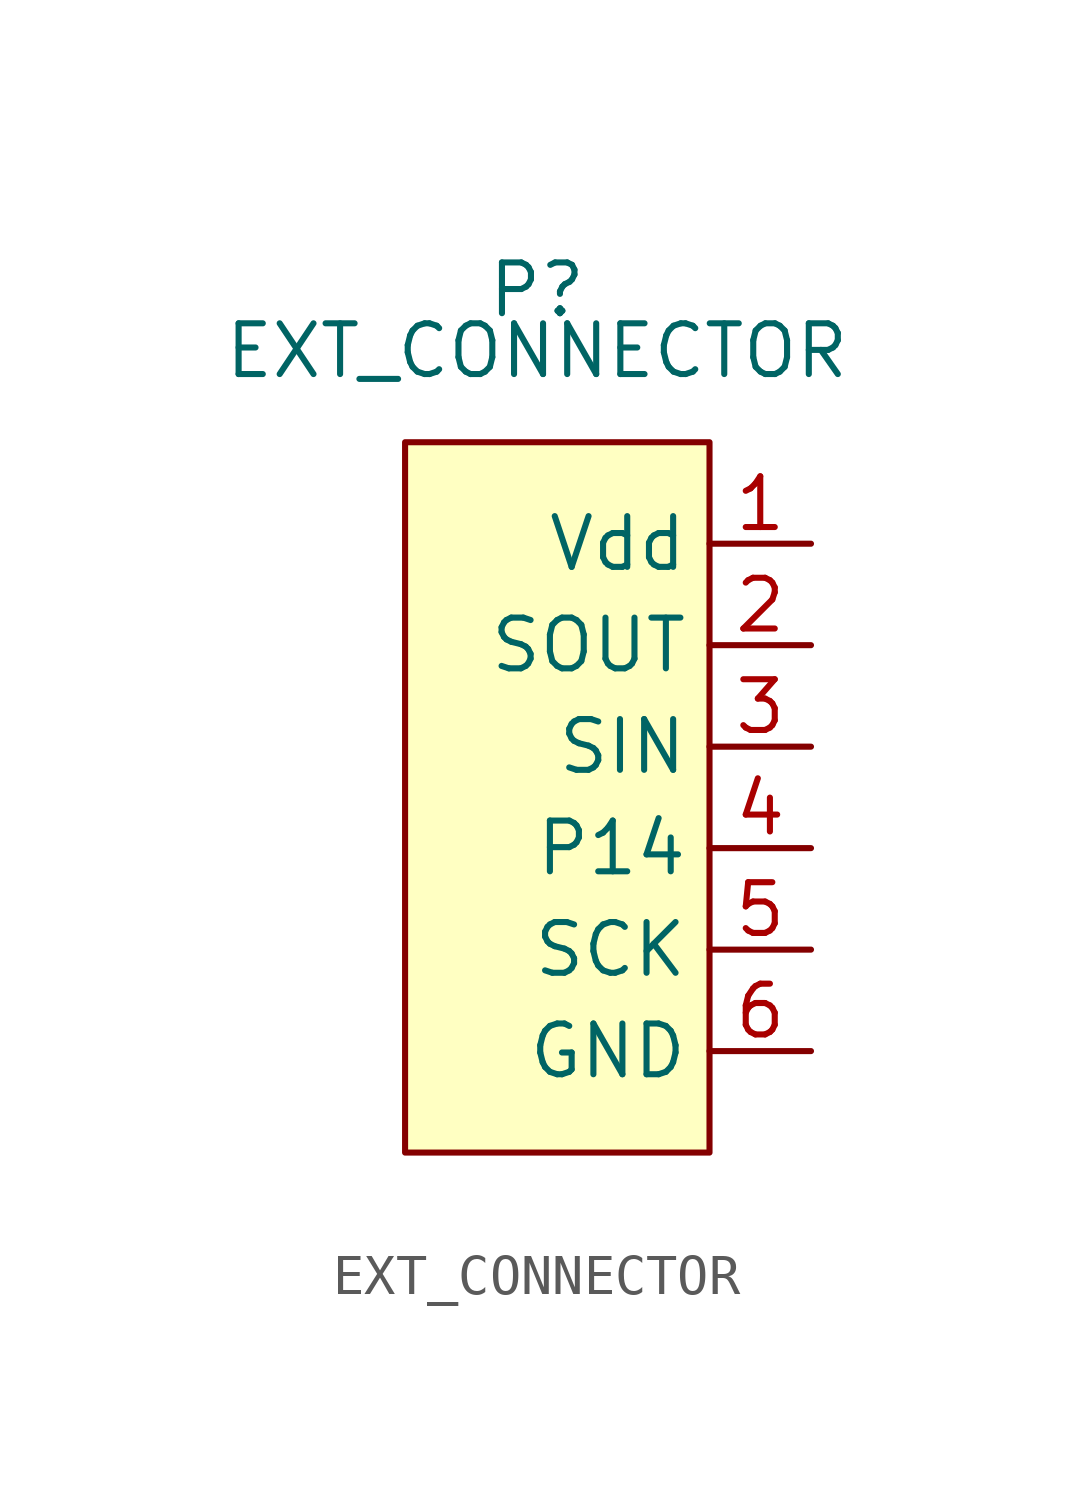
<source format=kicad_sym>
(kicad_symbol_lib
  (version 20241209)
  (generator "kicad_symbol_editor")
  (generator_version "9.0")
  (symbol "EXT_CONNECTOR"
    (property "Reference" "P"
      (at -0.508 8.89 0)
      (effects (font (size 1.27 1.27))))
    (property "Value" "EXT_CONNECTOR"
      (at -0.508 7.366 0)
      (effects (font (size 1.27 1.27))))
    (symbol "EXT_CONNECTOR_1_1"
      (rectangle (start -3.81 5.08) (end 3.81 -12.7) (stroke (width 0) (type solid)) (fill (type background)))
      (pin power_in line (at 6.35 2.54 180) (length 2.54) (name "Vdd" (effects (font (size 1.27 1.27)))) (number "1" (effects (font (size 1.27 1.27)))))
      (pin output line (at 6.35 0 180) (length 2.54) (name "SOUT" (effects (font (size 1.27 1.27)))) (number "2" (effects (font (size 1.27 1.27)))))
      (pin input line (at 6.35 -2.54 180) (length 2.54) (name "SIN" (effects (font (size 1.27 1.27)))) (number "3" (effects (font (size 1.27 1.27)))))
      (pin passive line (at 6.35 -5.08 180) (length 2.54) (name "P14" (effects (font (size 1.27 1.27)))) (number "4" (effects (font (size 1.27 1.27)))))
      (pin bidirectional line (at 6.35 -7.62 180) (length 2.54) (name "SCK" (effects (font (size 1.27 1.27)))) (number "5" (effects (font (size 1.27 1.27)))))
      (pin power_in line (at 6.35 -10.16 180) (length 2.54) (name "GND" (effects (font (size 1.27 1.27)))) (number "6" (effects (font (size 1.27 1.27))))))))
</source>
